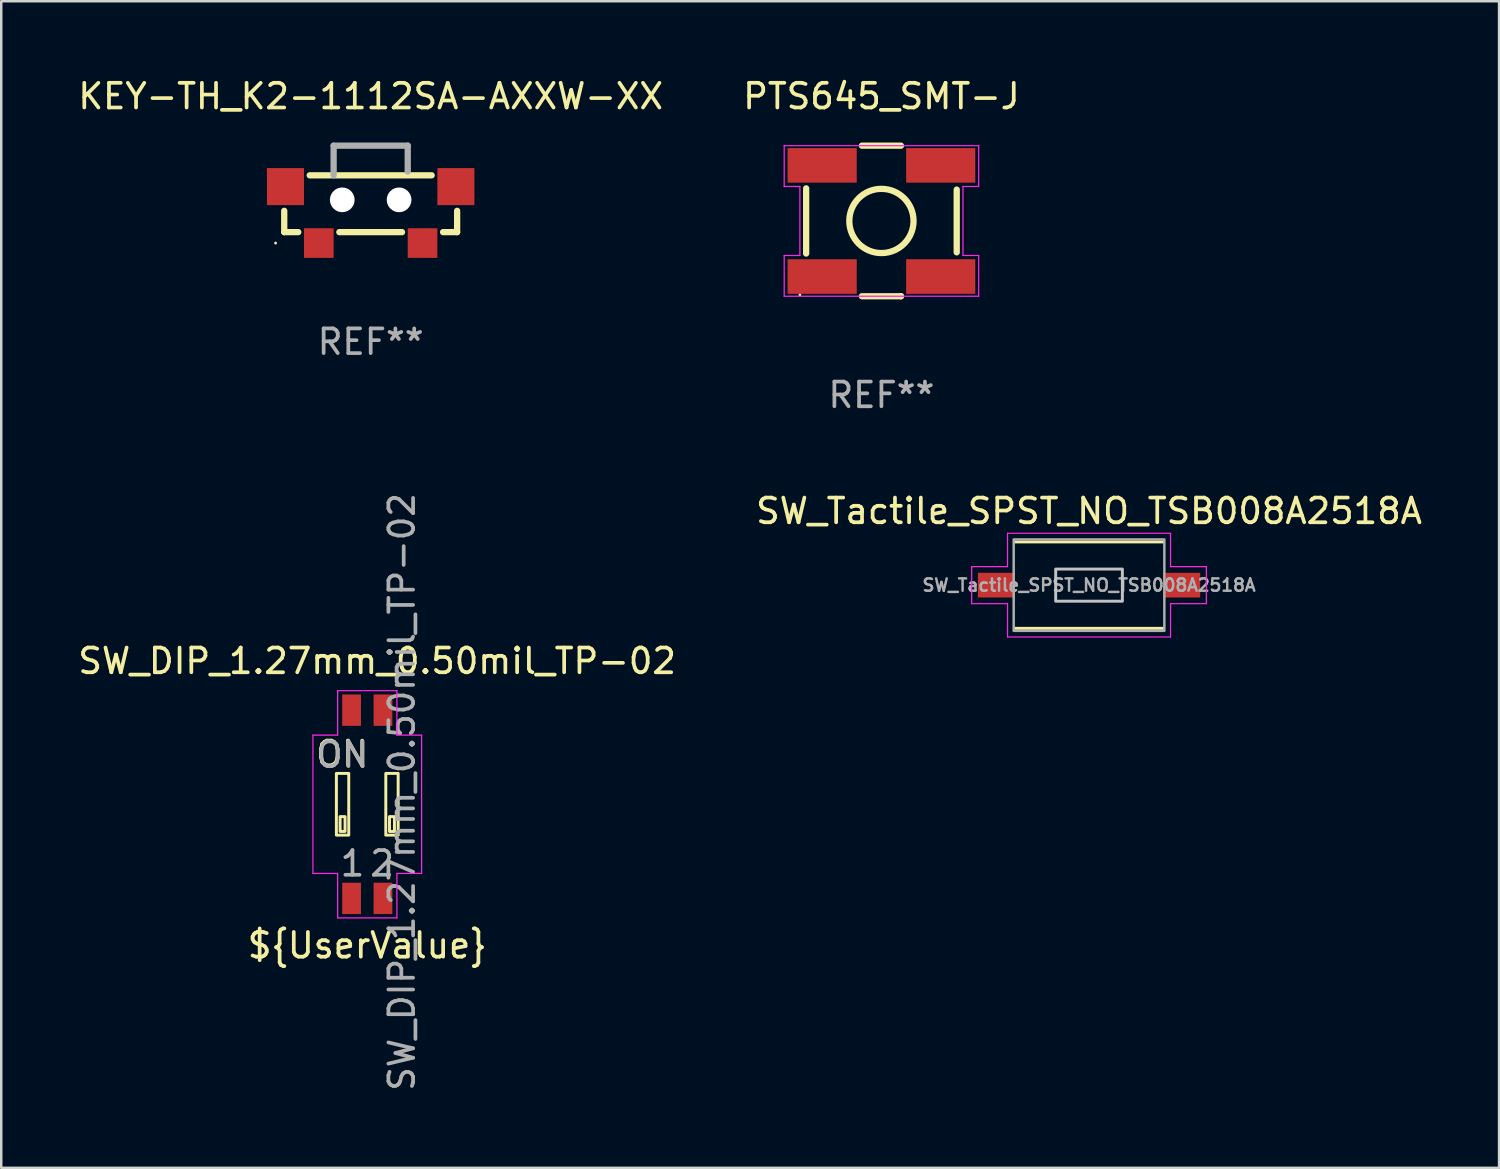
<source format=kicad_pcb>
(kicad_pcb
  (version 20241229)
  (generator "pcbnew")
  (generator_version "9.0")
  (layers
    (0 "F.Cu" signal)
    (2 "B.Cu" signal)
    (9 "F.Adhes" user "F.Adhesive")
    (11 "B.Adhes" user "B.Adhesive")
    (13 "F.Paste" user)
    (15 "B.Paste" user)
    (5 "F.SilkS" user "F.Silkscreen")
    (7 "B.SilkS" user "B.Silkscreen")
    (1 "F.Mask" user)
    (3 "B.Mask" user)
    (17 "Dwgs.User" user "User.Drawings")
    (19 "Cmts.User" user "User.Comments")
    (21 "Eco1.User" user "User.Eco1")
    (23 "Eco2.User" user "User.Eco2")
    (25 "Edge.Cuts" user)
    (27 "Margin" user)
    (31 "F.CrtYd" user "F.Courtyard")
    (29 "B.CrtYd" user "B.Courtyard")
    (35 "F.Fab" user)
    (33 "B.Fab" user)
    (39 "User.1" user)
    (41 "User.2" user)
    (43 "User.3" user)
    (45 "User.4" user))
  (footprint "KEY-TH_K2-1112SA-AXXW-XX"
    (layer "F.Cu")
    (at 11.958 5.648)
    (property "Reference" "KEY-TH_K2-1112SA-AXXW-XX" (at 0 -4.8 0) (layer "F.SilkS") (effects (font (size 1 1) (thickness 0.15))))
    (attr smd)
    (fp_line (start -3.5 0.7) (end -3.5 -0.162) (stroke (width 0.254) (type solid)) (layer "F.SilkS"))
    (fp_line (start -2.931 0.7) (end -3.5 0.7) (stroke (width 0.254) (type solid)) (layer "F.SilkS"))
    (fp_line (start -2.469 -1.6) (end 2.469 -1.6) (stroke (width 0.254) (type solid)) (layer "F.SilkS"))
    (fp_line (start 1.269 0.7) (end -1.269 0.7) (stroke (width 0.254) (type solid)) (layer "F.SilkS"))
    (fp_line (start 3.5 0.7) (end 2.931 0.7) (stroke (width 0.254) (type solid)) (layer "F.SilkS"))
    (fp_line (start 3.5 0.7) (end 3.5 -0.162) (stroke (width 0.254) (type solid)) (layer "F.SilkS"))
    (fp_circle (center -3.85 1.143) (end -3.82 1.143) (stroke (width 0.06) (type solid)) (fill no) (layer "F.SilkS"))
    (fp_line (start -1.5 -2.8) (end -1.5 -1.6) (stroke (width 0.254) (type solid)) (layer "F.Fab"))
    (fp_line (start 1.5 -2.8) (end -1.5 -2.8) (stroke (width 0.254) (type solid)) (layer "F.Fab"))
    (fp_line (start 1.5 -1.75) (end 1.5 -2.8) (stroke (width 0.254) (type solid)) (layer "F.Fab"))
    (fp_circle (center -1.151 -0.607) (end -0.976 -0.607) (stroke (width 0.35) (type solid)) (fill no) (layer "F.Fab"))
    (fp_circle (center 1.15 -0.607) (end 1.326 -0.607) (stroke (width 0.35) (type solid)) (fill no) (layer "F.Fab"))
    (fp_text user "REF**" (at 0 5.143 0) (layer "F.Fab") (effects (font (size 1 1) (thickness 0.15))))
    (pad "" np_thru_hole circle (at -1.151 -0.607) (size 1 1) (drill 1) (layers "*.Cu" "*.Mask"))
    (pad "" np_thru_hole circle (at 1.15 -0.607) (size 1 1) (drill 1) (layers "*.Cu" "*.Mask"))
    (pad "1" smd rect (at -2.1 1.143) (size 1.2 1.2) (layers "F.Cu" "F.Mask" "F.Paste"))
    (pad "2" smd rect (at 2.1 1.143) (size 1.2 1.2) (layers "F.Cu" "F.Mask" "F.Paste"))
    (pad "MP" smd rect (at -3.45 -1.143 90) (size 1.5 1.5) (layers "F.Cu" "F.Mask" "F.Paste"))
    (pad "MP" smd rect (at 3.45 -1.143 90) (size 1.5 1.5) (layers "F.Cu" "F.Mask" "F.Paste")))
  (footprint "SW_DIP_1.27mm_0.50mil_TP-02"
    (layer "F.Cu")
    (at 11.82 29.513)
    (property "Reference" "SW_DIP_1.27mm_0.50mil_TP-02" (at 0.4 -5.8 0) (unlocked yes) (layer "F.SilkS") (effects (font (size 1 1) (thickness 0.15))))
    (attr smd)
    (fp_rect (start -1.1 0.5) (end -0.9 1.1) (stroke (width 0.12) (type default)) (fill no) (layer "F.SilkS"))
    (fp_rect (start -0.75 -1.25) (end -1.25 1.25) (stroke (width 0.12) (type solid)) (fill no) (layer "F.SilkS"))
    (fp_rect (start 0.75 -1.25) (end 1.25 1.25) (stroke (width 0.12) (type solid)) (fill no) (layer "F.SilkS"))
    (fp_rect (start 0.9 0.5) (end 1.1 1.1) (stroke (width 0.12) (type default)) (fill no) (layer "F.SilkS"))
    (fp_line (start -2.2 2.8) (end -2.2 -2.8) (stroke (width 0.05) (type solid)) (layer "F.CrtYd"))
    (fp_line (start -1.2 -4.6) (end -1.2 -2.8) (stroke (width 0.05) (type solid)) (layer "F.CrtYd"))
    (fp_line (start -1.2 -4.6) (end 1.2 -4.6) (stroke (width 0.05) (type solid)) (layer "F.CrtYd"))
    (fp_line (start -1.2 -2.8) (end -2.2 -2.8) (stroke (width 0.05) (type solid)) (layer "F.CrtYd"))
    (fp_line (start -1.2 2.8) (end -2.2 2.8) (stroke (width 0.05) (type solid)) (layer "F.CrtYd"))
    (fp_line (start -1.2 2.8) (end -1.2 4.6) (stroke (width 0.05) (type solid)) (layer "F.CrtYd"))
    (fp_line (start -1.2 4.6) (end 1.2 4.6) (stroke (width 0.05) (type solid)) (layer "F.CrtYd"))
    (fp_line (start 1.2 -4.6) (end 1.2 -2.8) (stroke (width 0.05) (type solid)) (layer "F.CrtYd"))
    (fp_line (start 1.2 -2.8) (end 2.2 -2.8) (stroke (width 0.05) (type solid)) (layer "F.CrtYd"))
    (fp_line (start 1.2 2.8) (end 2.2 2.8) (stroke (width 0.05) (type solid)) (layer "F.CrtYd"))
    (fp_line (start 1.2 4.6) (end 1.2 2.8) (stroke (width 0.05) (type solid)) (layer "F.CrtYd"))
    (fp_line (start 2.2 2.8) (end 2.2 -2.8) (stroke (width 0.05) (type solid)) (layer "F.CrtYd"))
    (fp_text user "ON" (at -1.016 -2.032 0) (unlocked yes) (layer "F.SilkS") (effects (font (size 1 1) (thickness 0.15))))
    (fp_text user "${UserValue}" (at 0 5.715 0) (unlocked yes) (layer "F.SilkS") (effects (font (size 1 1) (thickness 0.15))))
    (fp_text user "1" (at -0.6 2.4 0) (unlocked yes) (layer "F.Fab") (effects (font (size 1 1) (thickness 0.15))))
    (fp_text user "ON" (at -1 -2 0) (unlocked yes) (layer "F.Fab") (effects (font (size 1 1) (thickness 0.15))))
    (fp_text user "2" (at 0.6 2.4 0) (unlocked yes) (layer "F.Fab") (effects (font (size 1 1) (thickness 0.15))))
    (fp_text user "${REFERENCE}" (at 1.4 -0.5 90) (unlocked yes) (layer "F.Fab") (effects (font (size 1 1) (thickness 0.15))))
    (pad "1" smd rect (at -0.635 3.81) (size 0.76 1.27) (layers "F.Cu" "F.Mask" "F.Paste"))
    (pad "2" smd rect (at 0.635 3.81) (size 0.76 1.27) (layers "F.Cu" "F.Mask" "F.Paste"))
    (pad "3" smd rect (at 0.635 -3.81) (size 0.76 1.27) (layers "F.Cu" "F.Mask" "F.Paste"))
    (pad "4" smd rect (at -0.635 -3.81) (size 0.76 1.27) (layers "F.Cu" "F.Mask" "F.Paste")))
  (footprint "PTS645_SMT-J"
    (layer "F.Cu")
    (at 32.637 5.896)
    (property "Reference" "PTS645_SMT-J" (at 0 -5.048 0) (layer "F.SilkS") (effects (font (size 1 1) (thickness 0.15))))
    (attr smd)
    (fp_line (start -3.048 -1.319) (end -3.048 1.319) (stroke (width 0.254) (type solid)) (layer "F.SilkS"))
    (fp_line (start -0.791 -3.048) (end 0.791 -3.048) (stroke (width 0.254) (type solid)) (layer "F.SilkS"))
    (fp_line (start -0.791 3.048) (end 0.791 3.048) (stroke (width 0.254) (type solid)) (layer "F.SilkS"))
    (fp_line (start 0.791 3.048) (end 0.791 3.045) (stroke (width 0.254) (type solid)) (layer "F.SilkS"))
    (fp_line (start 3.048 -1.27) (end 3.048 1.27) (stroke (width 0.254) (type solid)) (layer "F.SilkS"))
    (fp_circle (center -3.3 3) (end -3.27 3) (stroke (width 0.06) (type solid)) (fill no) (layer "F.SilkS"))
    (fp_circle (center 0 0) (end 1.3 0) (stroke (width 0.254) (type solid)) (fill no) (layer "F.SilkS"))
    (fp_line (start -3.937 -3.048) (end -3.937 -1.397) (stroke (width 0.05) (type default)) (layer "F.CrtYd"))
    (fp_line (start -3.937 -1.397) (end -3.302 -1.397) (stroke (width 0.05) (type default)) (layer "F.CrtYd"))
    (fp_line (start -3.937 1.397) (end -3.937 3.048) (stroke (width 0.05) (type default)) (layer "F.CrtYd"))
    (fp_line (start -3.937 3.048) (end 3.937 3.048) (stroke (width 0.05) (type default)) (layer "F.CrtYd"))
    (fp_line (start -3.302 -1.397) (end -3.302 1.397) (stroke (width 0.05) (type default)) (layer "F.CrtYd"))
    (fp_line (start -3.302 1.397) (end -3.937 1.397) (stroke (width 0.05) (type default)) (layer "F.CrtYd"))
    (fp_line (start 3.302 -1.397) (end 3.937 -1.397) (stroke (width 0.05) (type default)) (layer "F.CrtYd"))
    (fp_line (start 3.302 1.397) (end 3.302 -1.397) (stroke (width 0.05) (type default)) (layer "F.CrtYd"))
    (fp_line (start 3.937 -3.048) (end -3.937 -3.048) (stroke (width 0.05) (type default)) (layer "F.CrtYd"))
    (fp_line (start 3.937 -1.397) (end 3.937 -3.048) (stroke (width 0.05) (type default)) (layer "F.CrtYd"))
    (fp_line (start 3.937 1.397) (end 3.302 1.397) (stroke (width 0.05) (type default)) (layer "F.CrtYd"))
    (fp_line (start 3.937 3.048) (end 3.937 1.397) (stroke (width 0.05) (type default)) (layer "F.CrtYd"))
    (fp_text user "REF**" (at 0 7.048 0) (layer "F.Fab") (effects (font (size 1 1) (thickness 0.15))))
    (pad "1" smd rect (at -2.4 2.25 90) (size 1.4 2.8) (layers "F.Cu" "F.Mask" "F.Paste"))
    (pad "1" smd rect (at 2.4 2.25 90) (size 1.4 2.8) (layers "F.Cu" "F.Mask" "F.Paste"))
    (pad "2" smd rect (at -2.4 -2.25 90) (size 1.4 2.8) (layers "F.Cu" "F.Mask" "F.Paste"))
    (pad "2" smd rect (at 2.4 -2.25 90) (size 1.4 2.8) (layers "F.Cu" "F.Mask" "F.Paste")))
  (footprint "SW_Tactile_SPST_NO_TSB008A2518A"
    (layer "F.Cu")
    (at 41.042 20.641)
    (property "Reference" "SW_Tactile_SPST_NO_TSB008A2518A" (at 0 -3 0) (unlocked yes) (layer "F.SilkS") (effects (font (size 1 1) (thickness 0.15))))
    (attr smd)
    (fp_line (start 3 -1.75) (end -3 -1.75) (stroke (width 0.12) (type solid)) (layer "F.SilkS"))
    (fp_line (start 3 1.75) (end -3 1.75) (stroke (width 0.12) (type solid)) (layer "F.SilkS"))
    (fp_rect (start -1.35 -0.65) (end 1.35 0.65) (stroke (width 0.12) (type solid)) (fill no) (layer "Dwgs.User"))
    (fp_line (start -4.75 -0.75) (end -3.3 -0.75) (stroke (width 0.05) (type solid)) (layer "F.CrtYd"))
    (fp_line (start -4.75 0.75) (end -4.75 -0.75) (stroke (width 0.05) (type solid)) (layer "F.CrtYd"))
    (fp_line (start -3.3 -2.1) (end 3.3 -2.1) (stroke (width 0.05) (type solid)) (layer "F.CrtYd"))
    (fp_line (start -3.3 -0.75) (end -3.3 -2.1) (stroke (width 0.05) (type solid)) (layer "F.CrtYd"))
    (fp_line (start -3.3 0.75) (end -4.75 0.75) (stroke (width 0.05) (type solid)) (layer "F.CrtYd"))
    (fp_line (start -3.3 2.1) (end -3.3 0.75) (stroke (width 0.05) (type solid)) (layer "F.CrtYd"))
    (fp_line (start 3.3 -2.1) (end 3.3 -0.75) (stroke (width 0.05) (type solid)) (layer "F.CrtYd"))
    (fp_line (start 3.3 -0.75) (end 4.75 -0.75) (stroke (width 0.05) (type solid)) (layer "F.CrtYd"))
    (fp_line (start 3.3 0.75) (end 3.3 2.1) (stroke (width 0.05) (type solid)) (layer "F.CrtYd"))
    (fp_line (start 3.3 2.1) (end -3.3 2.1) (stroke (width 0.05) (type solid)) (layer "F.CrtYd"))
    (fp_line (start 4.75 -0.75) (end 4.75 0.75) (stroke (width 0.05) (type solid)) (layer "F.CrtYd"))
    (fp_line (start 4.75 0.75) (end 3.3 0.75) (stroke (width 0.05) (type solid)) (layer "F.CrtYd"))
    (fp_rect (start -3.05 -1.85) (end 3.05 1.85) (stroke (width 0.1) (type solid)) (fill no) (layer "F.Fab"))
    (fp_text user "${REFERENCE}" (at 0 0 0) (unlocked yes) (layer "F.Fab") (effects (font (size 0.5 0.5) (thickness 0.1))))
    (pad "1" smd rect (at -3.75 0) (size 1.5 1) (layers "F.Cu" "F.Mask" "F.Paste"))
    (pad "2" smd rect (at 3.75 0) (size 1.5 1) (layers "F.Cu" "F.Mask" "F.Paste")))
  (gr_rect
    (start -3 -3)
    (end 57.643 44.233)
    (stroke (width 0.1) (type default))
    (fill no)
    (layer "Edge.Cuts")))
</source>
